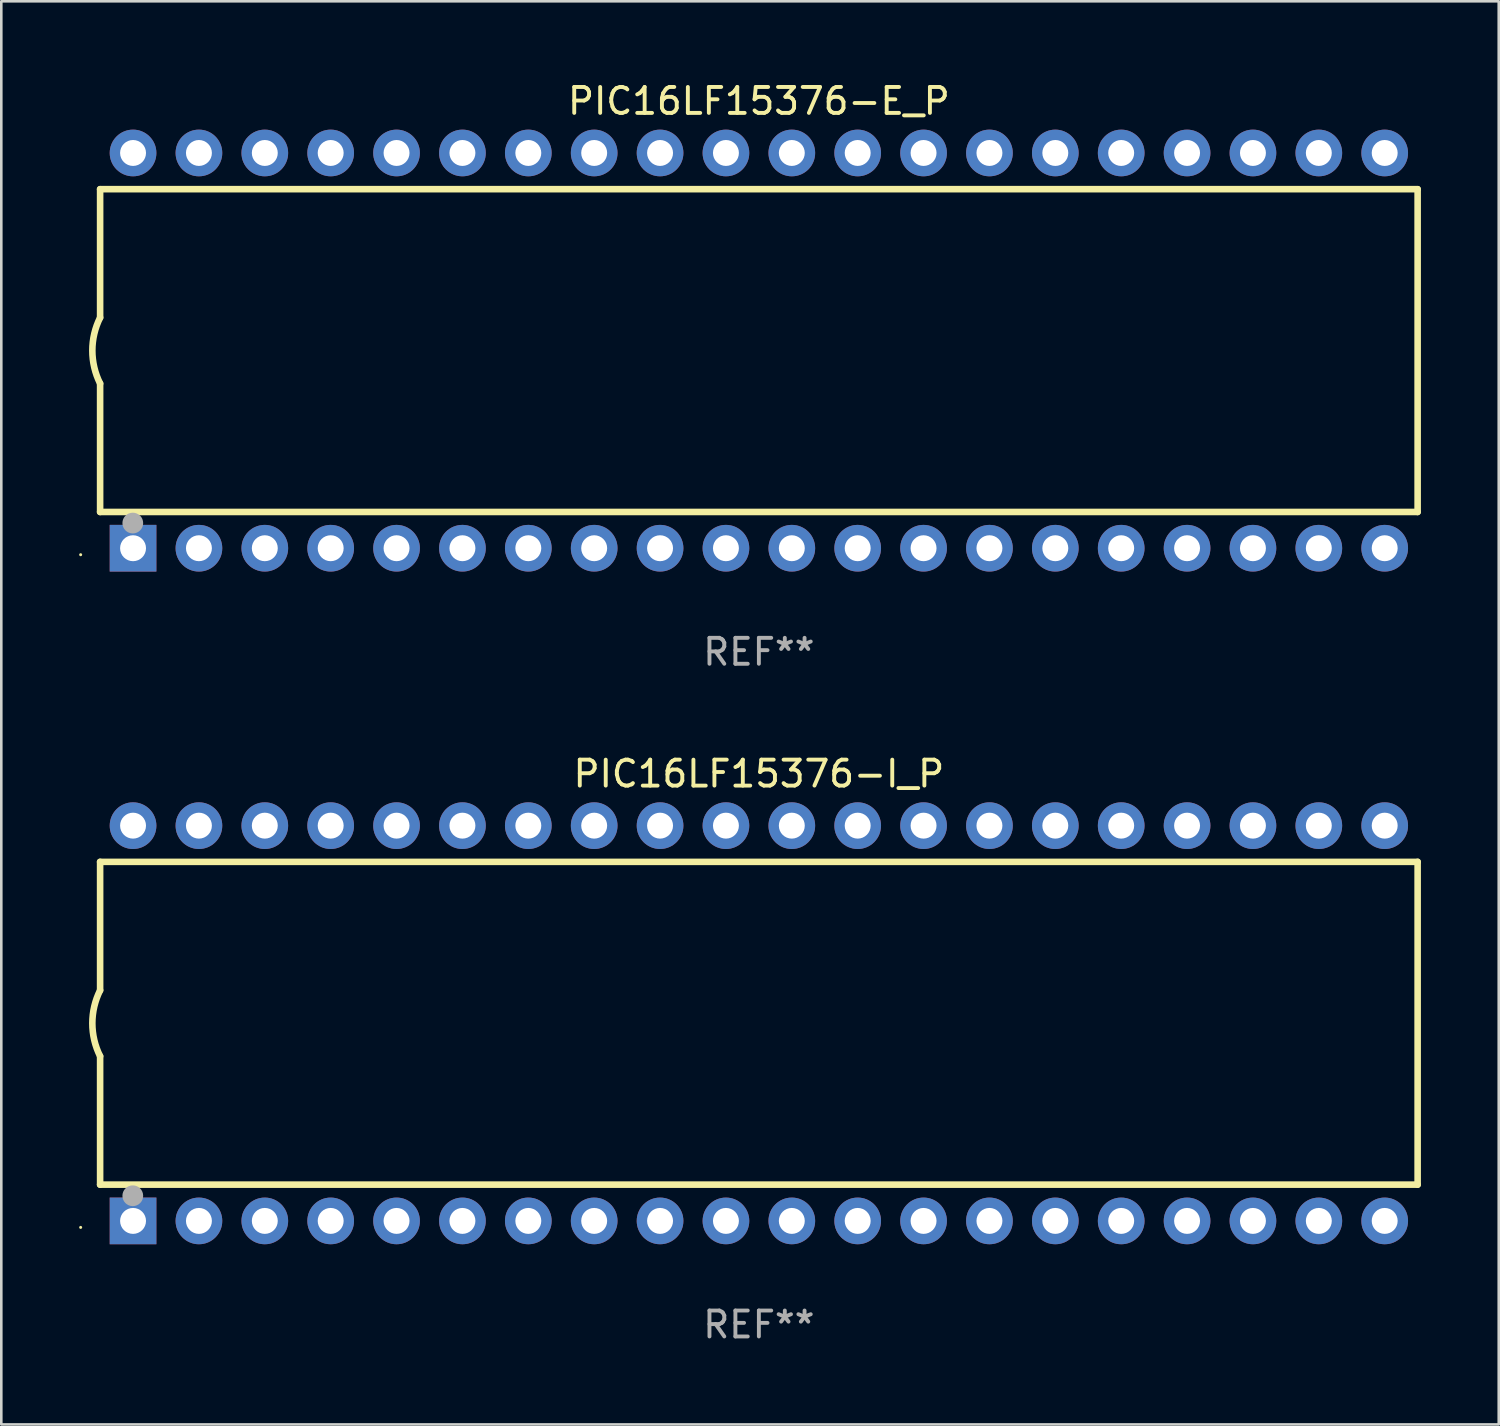
<source format=kicad_pcb>
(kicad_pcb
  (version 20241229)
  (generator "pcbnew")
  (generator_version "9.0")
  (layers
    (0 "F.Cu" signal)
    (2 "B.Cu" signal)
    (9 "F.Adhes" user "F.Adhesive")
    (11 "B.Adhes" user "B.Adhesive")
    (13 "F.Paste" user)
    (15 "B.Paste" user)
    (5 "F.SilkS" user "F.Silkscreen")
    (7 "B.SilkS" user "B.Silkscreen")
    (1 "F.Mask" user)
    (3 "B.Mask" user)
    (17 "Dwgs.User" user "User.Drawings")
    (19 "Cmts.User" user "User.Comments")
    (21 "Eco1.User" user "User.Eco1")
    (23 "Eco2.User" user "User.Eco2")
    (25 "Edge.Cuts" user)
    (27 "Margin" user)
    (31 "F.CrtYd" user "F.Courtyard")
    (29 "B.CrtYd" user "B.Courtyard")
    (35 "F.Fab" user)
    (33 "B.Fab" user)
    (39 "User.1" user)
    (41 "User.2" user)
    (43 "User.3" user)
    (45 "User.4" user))
  (footprint "PIC16LF15376-I_P"
    (layer "F.Cu")
    (at 26.21 36.405)
    (property "Reference" "PIC16LF15376-I_P" (at 0 -9.62 0) (layer "F.SilkS") (effects (font (size 1 1) (thickness 0.15))))
    (attr through_hole)
    (fp_line (start -25.4 -6.224) (end -25.4 -1.271) (stroke (width 0.254) (type solid)) (layer "F.SilkS"))
    (fp_line (start -25.4 -6.224) (end 25.4 -6.224) (stroke (width 0.254) (type solid)) (layer "F.SilkS"))
    (fp_line (start -25.4 1.269) (end -25.4 6.222) (stroke (width 0.254) (type solid)) (layer "F.SilkS"))
    (fp_line (start -25.4 6.222) (end 25.4 6.222) (stroke (width 0.254) (type solid)) (layer "F.SilkS"))
    (fp_line (start 25.4 6.222) (end 25.4 -6.224) (stroke (width 0.254) (type solid)) (layer "F.SilkS"))
    (fp_arc (start -25.4 1.269241) (mid -25.699807 -0.000762) (end -25.4 -1.270765) (stroke (width 0.254001) (type solid)) (layer "F.SilkS"))
    (fp_circle (center -26.15 7.87) (end -26.12 7.87) (stroke (width 0.06) (type solid)) (fill no) (layer "F.SilkS"))
    (fp_circle (center -24.14 6.65) (end -23.94 6.65) (stroke (width 0.4) (type solid)) (fill no) (layer "F.Fab"))
    (fp_text user "REF**" (at 0 11.62 0) (layer "F.Fab") (effects (font (size 1 1) (thickness 0.15))))
    (pad "1" thru_hole rect (at -24.13 7.62 90) (size 1.8 1.8) (drill 1) (layers "*.Cu" "*.Mask"))
    (pad "2" thru_hole circle (at -21.59 7.62) (size 1.8 1.8) (drill 1) (layers "*.Cu" "*.Mask"))
    (pad "3" thru_hole circle (at -19.05 7.62) (size 1.8 1.8) (drill 1) (layers "*.Cu" "*.Mask"))
    (pad "4" thru_hole circle (at -16.51 7.62) (size 1.8 1.8) (drill 1) (layers "*.Cu" "*.Mask"))
    (pad "5" thru_hole circle (at -13.97 7.62) (size 1.8 1.8) (drill 1) (layers "*.Cu" "*.Mask"))
    (pad "6" thru_hole circle (at -11.43 7.62) (size 1.8 1.8) (drill 1) (layers "*.Cu" "*.Mask"))
    (pad "7" thru_hole circle (at -8.89 7.62) (size 1.8 1.8) (drill 1) (layers "*.Cu" "*.Mask"))
    (pad "8" thru_hole circle (at -6.35 7.62) (size 1.8 1.8) (drill 1) (layers "*.Cu" "*.Mask"))
    (pad "9" thru_hole circle (at -3.81 7.62) (size 1.8 1.8) (drill 1) (layers "*.Cu" "*.Mask"))
    (pad "10" thru_hole circle (at -1.27 7.62) (size 1.8 1.8) (drill 1) (layers "*.Cu" "*.Mask"))
    (pad "11" thru_hole circle (at 1.27 7.62) (size 1.8 1.8) (drill 1) (layers "*.Cu" "*.Mask"))
    (pad "12" thru_hole circle (at 3.81 7.62) (size 1.8 1.8) (drill 1) (layers "*.Cu" "*.Mask"))
    (pad "13" thru_hole circle (at 6.35 7.62) (size 1.8 1.8) (drill 1) (layers "*.Cu" "*.Mask"))
    (pad "14" thru_hole circle (at 8.89 7.62) (size 1.8 1.8) (drill 1) (layers "*.Cu" "*.Mask"))
    (pad "15" thru_hole circle (at 11.43 7.62) (size 1.8 1.8) (drill 1) (layers "*.Cu" "*.Mask"))
    (pad "16" thru_hole circle (at 13.97 7.62) (size 1.8 1.8) (drill 1) (layers "*.Cu" "*.Mask"))
    (pad "17" thru_hole circle (at 16.51 7.62) (size 1.8 1.8) (drill 1) (layers "*.Cu" "*.Mask"))
    (pad "18" thru_hole circle (at 19.05 7.62) (size 1.8 1.8) (drill 1) (layers "*.Cu" "*.Mask"))
    (pad "19" thru_hole circle (at 21.59 7.62) (size 1.8 1.8) (drill 1) (layers "*.Cu" "*.Mask"))
    (pad "20" thru_hole circle (at 24.13 7.62) (size 1.8 1.8) (drill 1) (layers "*.Cu" "*.Mask"))
    (pad "21" thru_hole circle (at 24.13 -7.62) (size 1.8 1.8) (drill 1) (layers "*.Cu" "*.Mask"))
    (pad "22" thru_hole circle (at 21.59 -7.62) (size 1.8 1.8) (drill 1) (layers "*.Cu" "*.Mask"))
    (pad "23" thru_hole circle (at 19.05 -7.62) (size 1.8 1.8) (drill 1) (layers "*.Cu" "*.Mask"))
    (pad "24" thru_hole circle (at 16.51 -7.62) (size 1.8 1.8) (drill 1) (layers "*.Cu" "*.Mask"))
    (pad "25" thru_hole circle (at 13.97 -7.62) (size 1.8 1.8) (drill 1) (layers "*.Cu" "*.Mask"))
    (pad "26" thru_hole circle (at 11.43 -7.62) (size 1.8 1.8) (drill 1) (layers "*.Cu" "*.Mask"))
    (pad "27" thru_hole circle (at 8.89 -7.62) (size 1.8 1.8) (drill 1) (layers "*.Cu" "*.Mask"))
    (pad "28" thru_hole circle (at 6.35 -7.62) (size 1.8 1.8) (drill 1) (layers "*.Cu" "*.Mask"))
    (pad "29" thru_hole circle (at 3.81 -7.62) (size 1.8 1.8) (drill 1) (layers "*.Cu" "*.Mask"))
    (pad "30" thru_hole circle (at 1.27 -7.62) (size 1.8 1.8) (drill 1) (layers "*.Cu" "*.Mask"))
    (pad "31" thru_hole circle (at -1.27 -7.62) (size 1.8 1.8) (drill 1) (layers "*.Cu" "*.Mask"))
    (pad "32" thru_hole circle (at -3.81 -7.62) (size 1.8 1.8) (drill 1) (layers "*.Cu" "*.Mask"))
    (pad "33" thru_hole circle (at -6.35 -7.62) (size 1.8 1.8) (drill 1) (layers "*.Cu" "*.Mask"))
    (pad "34" thru_hole circle (at -8.89 -7.62) (size 1.8 1.8) (drill 1) (layers "*.Cu" "*.Mask"))
    (pad "35" thru_hole circle (at -11.43 -7.62) (size 1.8 1.8) (drill 1) (layers "*.Cu" "*.Mask"))
    (pad "36" thru_hole circle (at -13.97 -7.62) (size 1.8 1.8) (drill 1) (layers "*.Cu" "*.Mask"))
    (pad "37" thru_hole circle (at -16.51 -7.62) (size 1.8 1.8) (drill 1) (layers "*.Cu" "*.Mask"))
    (pad "38" thru_hole circle (at -19.05 -7.62) (size 1.8 1.8) (drill 1) (layers "*.Cu" "*.Mask"))
    (pad "39" thru_hole circle (at -21.59 -7.62) (size 1.8 1.8) (drill 1) (layers "*.Cu" "*.Mask"))
    (pad "40" thru_hole circle (at -24.13 -7.62) (size 1.8 1.8) (drill 1) (layers "*.Cu" "*.Mask")))
  (footprint "PIC16LF15376-E_P"
    (layer "F.Cu")
    (at 26.21 10.468)
    (property "Reference" "PIC16LF15376-E_P" (at 0 -9.62 0) (layer "F.SilkS") (effects (font (size 1 1) (thickness 0.15))))
    (attr through_hole)
    (fp_line (start -25.4 -6.224) (end -25.4 -1.271) (stroke (width 0.254) (type solid)) (layer "F.SilkS"))
    (fp_line (start -25.4 -6.224) (end 25.4 -6.224) (stroke (width 0.254) (type solid)) (layer "F.SilkS"))
    (fp_line (start -25.4 1.269) (end -25.4 6.222) (stroke (width 0.254) (type solid)) (layer "F.SilkS"))
    (fp_line (start -25.4 6.222) (end 25.4 6.222) (stroke (width 0.254) (type solid)) (layer "F.SilkS"))
    (fp_line (start 25.4 6.222) (end 25.4 -6.224) (stroke (width 0.254) (type solid)) (layer "F.SilkS"))
    (fp_arc (start -25.4 1.269241) (mid -25.699807 -0.000762) (end -25.4 -1.270765) (stroke (width 0.254001) (type solid)) (layer "F.SilkS"))
    (fp_circle (center -26.15 7.87) (end -26.12 7.87) (stroke (width 0.06) (type solid)) (fill no) (layer "F.SilkS"))
    (fp_circle (center -24.14 6.65) (end -23.94 6.65) (stroke (width 0.4) (type solid)) (fill no) (layer "F.Fab"))
    (fp_text user "REF**" (at 0 11.62 0) (layer "F.Fab") (effects (font (size 1 1) (thickness 0.15))))
    (pad "1" thru_hole rect (at -24.13 7.62 90) (size 1.8 1.8) (drill 1) (layers "*.Cu" "*.Mask"))
    (pad "2" thru_hole circle (at -21.59 7.62) (size 1.8 1.8) (drill 1) (layers "*.Cu" "*.Mask"))
    (pad "3" thru_hole circle (at -19.05 7.62) (size 1.8 1.8) (drill 1) (layers "*.Cu" "*.Mask"))
    (pad "4" thru_hole circle (at -16.51 7.62) (size 1.8 1.8) (drill 1) (layers "*.Cu" "*.Mask"))
    (pad "5" thru_hole circle (at -13.97 7.62) (size 1.8 1.8) (drill 1) (layers "*.Cu" "*.Mask"))
    (pad "6" thru_hole circle (at -11.43 7.62) (size 1.8 1.8) (drill 1) (layers "*.Cu" "*.Mask"))
    (pad "7" thru_hole circle (at -8.89 7.62) (size 1.8 1.8) (drill 1) (layers "*.Cu" "*.Mask"))
    (pad "8" thru_hole circle (at -6.35 7.62) (size 1.8 1.8) (drill 1) (layers "*.Cu" "*.Mask"))
    (pad "9" thru_hole circle (at -3.81 7.62) (size 1.8 1.8) (drill 1) (layers "*.Cu" "*.Mask"))
    (pad "10" thru_hole circle (at -1.27 7.62) (size 1.8 1.8) (drill 1) (layers "*.Cu" "*.Mask"))
    (pad "11" thru_hole circle (at 1.27 7.62) (size 1.8 1.8) (drill 1) (layers "*.Cu" "*.Mask"))
    (pad "12" thru_hole circle (at 3.81 7.62) (size 1.8 1.8) (drill 1) (layers "*.Cu" "*.Mask"))
    (pad "13" thru_hole circle (at 6.35 7.62) (size 1.8 1.8) (drill 1) (layers "*.Cu" "*.Mask"))
    (pad "14" thru_hole circle (at 8.89 7.62) (size 1.8 1.8) (drill 1) (layers "*.Cu" "*.Mask"))
    (pad "15" thru_hole circle (at 11.43 7.62) (size 1.8 1.8) (drill 1) (layers "*.Cu" "*.Mask"))
    (pad "16" thru_hole circle (at 13.97 7.62) (size 1.8 1.8) (drill 1) (layers "*.Cu" "*.Mask"))
    (pad "17" thru_hole circle (at 16.51 7.62) (size 1.8 1.8) (drill 1) (layers "*.Cu" "*.Mask"))
    (pad "18" thru_hole circle (at 19.05 7.62) (size 1.8 1.8) (drill 1) (layers "*.Cu" "*.Mask"))
    (pad "19" thru_hole circle (at 21.59 7.62) (size 1.8 1.8) (drill 1) (layers "*.Cu" "*.Mask"))
    (pad "20" thru_hole circle (at 24.13 7.62) (size 1.8 1.8) (drill 1) (layers "*.Cu" "*.Mask"))
    (pad "21" thru_hole circle (at 24.13 -7.62) (size 1.8 1.8) (drill 1) (layers "*.Cu" "*.Mask"))
    (pad "22" thru_hole circle (at 21.59 -7.62) (size 1.8 1.8) (drill 1) (layers "*.Cu" "*.Mask"))
    (pad "23" thru_hole circle (at 19.05 -7.62) (size 1.8 1.8) (drill 1) (layers "*.Cu" "*.Mask"))
    (pad "24" thru_hole circle (at 16.51 -7.62) (size 1.8 1.8) (drill 1) (layers "*.Cu" "*.Mask"))
    (pad "25" thru_hole circle (at 13.97 -7.62) (size 1.8 1.8) (drill 1) (layers "*.Cu" "*.Mask"))
    (pad "26" thru_hole circle (at 11.43 -7.62) (size 1.8 1.8) (drill 1) (layers "*.Cu" "*.Mask"))
    (pad "27" thru_hole circle (at 8.89 -7.62) (size 1.8 1.8) (drill 1) (layers "*.Cu" "*.Mask"))
    (pad "28" thru_hole circle (at 6.35 -7.62) (size 1.8 1.8) (drill 1) (layers "*.Cu" "*.Mask"))
    (pad "29" thru_hole circle (at 3.81 -7.62) (size 1.8 1.8) (drill 1) (layers "*.Cu" "*.Mask"))
    (pad "30" thru_hole circle (at 1.27 -7.62) (size 1.8 1.8) (drill 1) (layers "*.Cu" "*.Mask"))
    (pad "31" thru_hole circle (at -1.27 -7.62) (size 1.8 1.8) (drill 1) (layers "*.Cu" "*.Mask"))
    (pad "32" thru_hole circle (at -3.81 -7.62) (size 1.8 1.8) (drill 1) (layers "*.Cu" "*.Mask"))
    (pad "33" thru_hole circle (at -6.35 -7.62) (size 1.8 1.8) (drill 1) (layers "*.Cu" "*.Mask"))
    (pad "34" thru_hole circle (at -8.89 -7.62) (size 1.8 1.8) (drill 1) (layers "*.Cu" "*.Mask"))
    (pad "35" thru_hole circle (at -11.43 -7.62) (size 1.8 1.8) (drill 1) (layers "*.Cu" "*.Mask"))
    (pad "36" thru_hole circle (at -13.97 -7.62) (size 1.8 1.8) (drill 1) (layers "*.Cu" "*.Mask"))
    (pad "37" thru_hole circle (at -16.51 -7.62) (size 1.8 1.8) (drill 1) (layers "*.Cu" "*.Mask"))
    (pad "38" thru_hole circle (at -19.05 -7.62) (size 1.8 1.8) (drill 1) (layers "*.Cu" "*.Mask"))
    (pad "39" thru_hole circle (at -21.59 -7.62) (size 1.8 1.8) (drill 1) (layers "*.Cu" "*.Mask"))
    (pad "40" thru_hole circle (at -24.13 -7.62) (size 1.8 1.8) (drill 1) (layers "*.Cu" "*.Mask")))
  (gr_rect
    (start -3 -3)
    (end 54.737 51.873)
    (stroke (width 0.1) (type default))
    (fill no)
    (layer "Edge.Cuts")))
</source>
